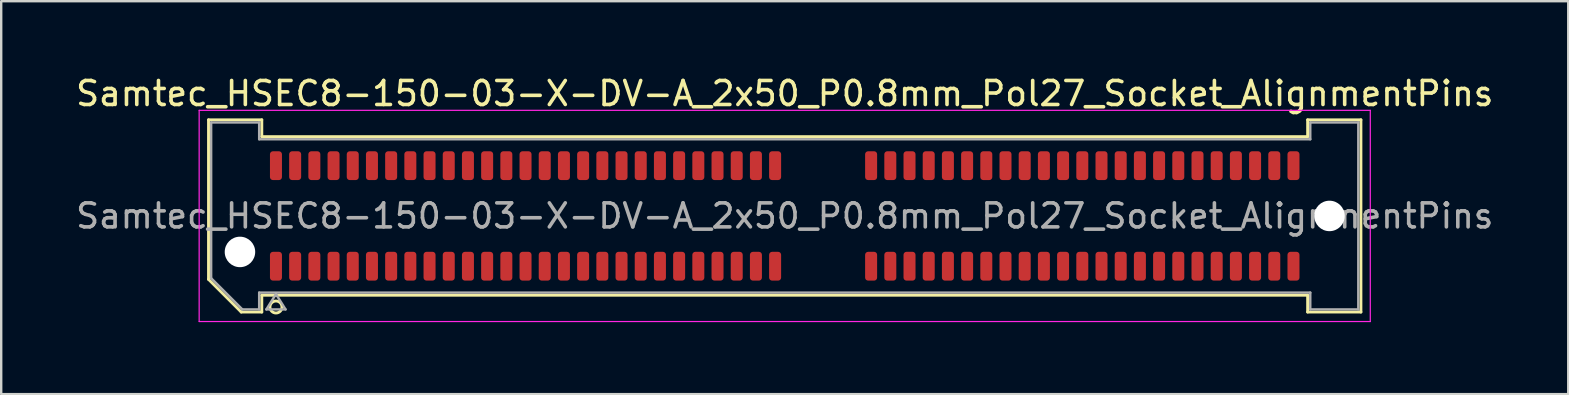
<source format=kicad_pcb>
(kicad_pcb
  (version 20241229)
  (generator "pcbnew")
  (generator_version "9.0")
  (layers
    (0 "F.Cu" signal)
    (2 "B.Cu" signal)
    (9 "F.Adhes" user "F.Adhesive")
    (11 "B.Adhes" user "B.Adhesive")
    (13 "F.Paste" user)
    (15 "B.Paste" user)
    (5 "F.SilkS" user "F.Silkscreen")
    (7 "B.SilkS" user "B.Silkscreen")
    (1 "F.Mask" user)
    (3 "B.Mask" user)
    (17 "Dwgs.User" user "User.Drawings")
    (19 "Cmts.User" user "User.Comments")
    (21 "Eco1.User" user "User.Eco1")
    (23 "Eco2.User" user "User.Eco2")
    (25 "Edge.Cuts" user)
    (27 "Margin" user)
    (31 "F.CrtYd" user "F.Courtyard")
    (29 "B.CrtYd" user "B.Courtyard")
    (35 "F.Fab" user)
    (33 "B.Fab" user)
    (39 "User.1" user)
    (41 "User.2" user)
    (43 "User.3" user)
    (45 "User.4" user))
  (footprint "Samtec_HSEC8-150-03-X-DV-A_2x50_P0.8mm_Pol27_Socket_AlignmentPins"
    (layer "F.Cu")
    (at 29.649 5.948)
    (property "Reference" "Samtec_HSEC8-150-03-X-DV-A_2x50_P0.8mm_Pol27_Socket_AlignmentPins" (at 0 -5.1 0) (layer "F.SilkS") (effects (font (size 1 1) (thickness 0.15))))
    (attr smd)
    (fp_line (start -24.01 -4.005) (end -21.79 -4.005) (stroke (width 0.12) (type solid)) (layer "F.SilkS"))
    (fp_line (start -24.01 2.641) (end -24.01 -4.005) (stroke (width 0.12) (type solid)) (layer "F.SilkS"))
    (fp_line (start -22.646 4.005) (end -24.01 2.641) (stroke (width 0.12) (type solid)) (layer "F.SilkS"))
    (fp_line (start -21.79 -4.005) (end -21.79 -3.305) (stroke (width 0.12) (type solid)) (layer "F.SilkS"))
    (fp_line (start -21.79 -3.305) (end 21.79 -3.305) (stroke (width 0.12) (type solid)) (layer "F.SilkS"))
    (fp_line (start -21.79 3.305) (end -21.79 4.005) (stroke (width 0.12) (type solid)) (layer "F.SilkS"))
    (fp_line (start -21.79 4.005) (end -22.646 4.005) (stroke (width 0.12) (type solid)) (layer "F.SilkS"))
    (fp_line (start 21.79 -4.005) (end 24.01 -4.005) (stroke (width 0.12) (type solid)) (layer "F.SilkS"))
    (fp_line (start 21.79 -3.305) (end 21.79 -4.005) (stroke (width 0.12) (type solid)) (layer "F.SilkS"))
    (fp_line (start 21.79 3.305) (end -21.79 3.305) (stroke (width 0.12) (type solid)) (layer "F.SilkS"))
    (fp_line (start 21.79 4.005) (end 21.79 3.305) (stroke (width 0.12) (type solid)) (layer "F.SilkS"))
    (fp_line (start 24.01 -4.005) (end 24.01 4.005) (stroke (width 0.12) (type solid)) (layer "F.SilkS"))
    (fp_line (start 24.01 4.005) (end 21.79 4.005) (stroke (width 0.12) (type solid)) (layer "F.SilkS"))
    (fp_circle (center -21.2 3.795) (end -20.95 3.795) (stroke (width 0.12) (type solid)) (fill no) (layer "F.SilkS"))
    (fp_line (start -24.4 -4.4) (end -24.4 4.4) (stroke (width 0.05) (type solid)) (layer "F.CrtYd"))
    (fp_line (start -24.4 4.4) (end 24.4 4.4) (stroke (width 0.05) (type solid)) (layer "F.CrtYd"))
    (fp_line (start 24.4 -4.4) (end -24.4 -4.4) (stroke (width 0.05) (type solid)) (layer "F.CrtYd"))
    (fp_line (start 24.4 4.4) (end 24.4 -4.4) (stroke (width 0.05) (type solid)) (layer "F.CrtYd"))
    (fp_line (start -23.9 -3.895) (end -21.9 -3.895) (stroke (width 0.1) (type solid)) (layer "F.Fab"))
    (fp_line (start -23.9 2.595) (end -23.9 -3.895) (stroke (width 0.1) (type solid)) (layer "F.Fab"))
    (fp_line (start -22.6 3.895) (end -23.9 2.595) (stroke (width 0.1) (type solid)) (layer "F.Fab"))
    (fp_line (start -21.9 -3.895) (end -21.9 -3.195) (stroke (width 0.1) (type solid)) (layer "F.Fab"))
    (fp_line (start -21.9 -3.195) (end 21.9 -3.195) (stroke (width 0.1) (type solid)) (layer "F.Fab"))
    (fp_line (start -21.9 3.195) (end -21.9 3.895) (stroke (width 0.1) (type solid)) (layer "F.Fab"))
    (fp_line (start -21.9 3.895) (end -22.6 3.895) (stroke (width 0.1) (type solid)) (layer "F.Fab"))
    (fp_line (start -21.6 3.895) (end -21.2 3.255) (stroke (width 0.1) (type solid)) (layer "F.Fab"))
    (fp_line (start -21.2 3.255) (end -20.8 3.895) (stroke (width 0.1) (type solid)) (layer "F.Fab"))
    (fp_line (start -20.8 3.895) (end -21.6 3.895) (stroke (width 0.1) (type solid)) (layer "F.Fab"))
    (fp_line (start 21.9 -3.895) (end 23.9 -3.895) (stroke (width 0.1) (type solid)) (layer "F.Fab"))
    (fp_line (start 21.9 -3.195) (end 21.9 -3.895) (stroke (width 0.1) (type solid)) (layer "F.Fab"))
    (fp_line (start 21.9 3.195) (end -21.9 3.195) (stroke (width 0.1) (type solid)) (layer "F.Fab"))
    (fp_line (start 21.9 3.895) (end 21.9 3.195) (stroke (width 0.1) (type solid)) (layer "F.Fab"))
    (fp_line (start 23.9 -3.895) (end 23.9 3.895) (stroke (width 0.1) (type solid)) (layer "F.Fab"))
    (fp_line (start 23.9 3.895) (end 21.9 3.895) (stroke (width 0.1) (type solid)) (layer "F.Fab"))
    (fp_text user "${REFERENCE}" (at 0 0 0) (layer "F.Fab") (effects (font (size 1 1) (thickness 0.15))))
    (pad "" np_thru_hole circle (at -22.7 1.5) (size 1.27 1.27) (drill 1.27) (layers "*.Cu" "*.Mask"))
    (pad "" np_thru_hole circle (at 22.7 0) (size 1.27 1.27) (drill 1.27) (layers "*.Cu" "*.Mask"))
    (pad "1" smd roundrect (at -21.2 2.095) (size 0.5 1.2) (layers "F.Cu" "F.Mask" "F.Paste") (roundrect_rratio 0.25))
    (pad "2" smd roundrect (at -21.2 -2.095) (size 0.5 1.2) (layers "F.Cu" "F.Mask" "F.Paste") (roundrect_rratio 0.25))
    (pad "3" smd roundrect (at -20.4 2.095) (size 0.5 1.2) (layers "F.Cu" "F.Mask" "F.Paste") (roundrect_rratio 0.25))
    (pad "4" smd roundrect (at -20.4 -2.095) (size 0.5 1.2) (layers "F.Cu" "F.Mask" "F.Paste") (roundrect_rratio 0.25))
    (pad "5" smd roundrect (at -19.6 2.095) (size 0.5 1.2) (layers "F.Cu" "F.Mask" "F.Paste") (roundrect_rratio 0.25))
    (pad "6" smd roundrect (at -19.6 -2.095) (size 0.5 1.2) (layers "F.Cu" "F.Mask" "F.Paste") (roundrect_rratio 0.25))
    (pad "7" smd roundrect (at -18.8 2.095) (size 0.5 1.2) (layers "F.Cu" "F.Mask" "F.Paste") (roundrect_rratio 0.25))
    (pad "8" smd roundrect (at -18.8 -2.095) (size 0.5 1.2) (layers "F.Cu" "F.Mask" "F.Paste") (roundrect_rratio 0.25))
    (pad "9" smd roundrect (at -18 2.095) (size 0.5 1.2) (layers "F.Cu" "F.Mask" "F.Paste") (roundrect_rratio 0.25))
    (pad "10" smd roundrect (at -18 -2.095) (size 0.5 1.2) (layers "F.Cu" "F.Mask" "F.Paste") (roundrect_rratio 0.25))
    (pad "11" smd roundrect (at -17.2 2.095) (size 0.5 1.2) (layers "F.Cu" "F.Mask" "F.Paste") (roundrect_rratio 0.25))
    (pad "12" smd roundrect (at -17.2 -2.095) (size 0.5 1.2) (layers "F.Cu" "F.Mask" "F.Paste") (roundrect_rratio 0.25))
    (pad "13" smd roundrect (at -16.4 2.095) (size 0.5 1.2) (layers "F.Cu" "F.Mask" "F.Paste") (roundrect_rratio 0.25))
    (pad "14" smd roundrect (at -16.4 -2.095) (size 0.5 1.2) (layers "F.Cu" "F.Mask" "F.Paste") (roundrect_rratio 0.25))
    (pad "15" smd roundrect (at -15.6 2.095) (size 0.5 1.2) (layers "F.Cu" "F.Mask" "F.Paste") (roundrect_rratio 0.25))
    (pad "16" smd roundrect (at -15.6 -2.095) (size 0.5 1.2) (layers "F.Cu" "F.Mask" "F.Paste") (roundrect_rratio 0.25))
    (pad "17" smd roundrect (at -14.8 2.095) (size 0.5 1.2) (layers "F.Cu" "F.Mask" "F.Paste") (roundrect_rratio 0.25))
    (pad "18" smd roundrect (at -14.8 -2.095) (size 0.5 1.2) (layers "F.Cu" "F.Mask" "F.Paste") (roundrect_rratio 0.25))
    (pad "19" smd roundrect (at -14 2.095) (size 0.5 1.2) (layers "F.Cu" "F.Mask" "F.Paste") (roundrect_rratio 0.25))
    (pad "20" smd roundrect (at -14 -2.095) (size 0.5 1.2) (layers "F.Cu" "F.Mask" "F.Paste") (roundrect_rratio 0.25))
    (pad "21" smd roundrect (at -13.2 2.095) (size 0.5 1.2) (layers "F.Cu" "F.Mask" "F.Paste") (roundrect_rratio 0.25))
    (pad "22" smd roundrect (at -13.2 -2.095) (size 0.5 1.2) (layers "F.Cu" "F.Mask" "F.Paste") (roundrect_rratio 0.25))
    (pad "23" smd roundrect (at -12.4 2.095) (size 0.5 1.2) (layers "F.Cu" "F.Mask" "F.Paste") (roundrect_rratio 0.25))
    (pad "24" smd roundrect (at -12.4 -2.095) (size 0.5 1.2) (layers "F.Cu" "F.Mask" "F.Paste") (roundrect_rratio 0.25))
    (pad "25" smd roundrect (at -11.6 2.095) (size 0.5 1.2) (layers "F.Cu" "F.Mask" "F.Paste") (roundrect_rratio 0.25))
    (pad "26" smd roundrect (at -11.6 -2.095) (size 0.5 1.2) (layers "F.Cu" "F.Mask" "F.Paste") (roundrect_rratio 0.25))
    (pad "27" smd roundrect (at -10.8 2.095) (size 0.5 1.2) (layers "F.Cu" "F.Mask" "F.Paste") (roundrect_rratio 0.25))
    (pad "28" smd roundrect (at -10.8 -2.095) (size 0.5 1.2) (layers "F.Cu" "F.Mask" "F.Paste") (roundrect_rratio 0.25))
    (pad "29" smd roundrect (at -10 2.095) (size 0.5 1.2) (layers "F.Cu" "F.Mask" "F.Paste") (roundrect_rratio 0.25))
    (pad "30" smd roundrect (at -10 -2.095) (size 0.5 1.2) (layers "F.Cu" "F.Mask" "F.Paste") (roundrect_rratio 0.25))
    (pad "31" smd roundrect (at -9.2 2.095) (size 0.5 1.2) (layers "F.Cu" "F.Mask" "F.Paste") (roundrect_rratio 0.25))
    (pad "32" smd roundrect (at -9.2 -2.095) (size 0.5 1.2) (layers "F.Cu" "F.Mask" "F.Paste") (roundrect_rratio 0.25))
    (pad "33" smd roundrect (at -8.4 2.095) (size 0.5 1.2) (layers "F.Cu" "F.Mask" "F.Paste") (roundrect_rratio 0.25))
    (pad "34" smd roundrect (at -8.4 -2.095) (size 0.5 1.2) (layers "F.Cu" "F.Mask" "F.Paste") (roundrect_rratio 0.25))
    (pad "35" smd roundrect (at -7.6 2.095) (size 0.5 1.2) (layers "F.Cu" "F.Mask" "F.Paste") (roundrect_rratio 0.25))
    (pad "36" smd roundrect (at -7.6 -2.095) (size 0.5 1.2) (layers "F.Cu" "F.Mask" "F.Paste") (roundrect_rratio 0.25))
    (pad "37" smd roundrect (at -6.8 2.095) (size 0.5 1.2) (layers "F.Cu" "F.Mask" "F.Paste") (roundrect_rratio 0.25))
    (pad "38" smd roundrect (at -6.8 -2.095) (size 0.5 1.2) (layers "F.Cu" "F.Mask" "F.Paste") (roundrect_rratio 0.25))
    (pad "39" smd roundrect (at -6 2.095) (size 0.5 1.2) (layers "F.Cu" "F.Mask" "F.Paste") (roundrect_rratio 0.25))
    (pad "40" smd roundrect (at -6 -2.095) (size 0.5 1.2) (layers "F.Cu" "F.Mask" "F.Paste") (roundrect_rratio 0.25))
    (pad "41" smd roundrect (at -5.2 2.095) (size 0.5 1.2) (layers "F.Cu" "F.Mask" "F.Paste") (roundrect_rratio 0.25))
    (pad "42" smd roundrect (at -5.2 -2.095) (size 0.5 1.2) (layers "F.Cu" "F.Mask" "F.Paste") (roundrect_rratio 0.25))
    (pad "43" smd roundrect (at -4.4 2.095) (size 0.5 1.2) (layers "F.Cu" "F.Mask" "F.Paste") (roundrect_rratio 0.25))
    (pad "44" smd roundrect (at -4.4 -2.095) (size 0.5 1.2) (layers "F.Cu" "F.Mask" "F.Paste") (roundrect_rratio 0.25))
    (pad "45" smd roundrect (at -3.6 2.095) (size 0.5 1.2) (layers "F.Cu" "F.Mask" "F.Paste") (roundrect_rratio 0.25))
    (pad "46" smd roundrect (at -3.6 -2.095) (size 0.5 1.2) (layers "F.Cu" "F.Mask" "F.Paste") (roundrect_rratio 0.25))
    (pad "47" smd roundrect (at -2.8 2.095) (size 0.5 1.2) (layers "F.Cu" "F.Mask" "F.Paste") (roundrect_rratio 0.25))
    (pad "48" smd roundrect (at -2.8 -2.095) (size 0.5 1.2) (layers "F.Cu" "F.Mask" "F.Paste") (roundrect_rratio 0.25))
    (pad "49" smd roundrect (at -2 2.095) (size 0.5 1.2) (layers "F.Cu" "F.Mask" "F.Paste") (roundrect_rratio 0.25))
    (pad "50" smd roundrect (at -2 -2.095) (size 0.5 1.2) (layers "F.Cu" "F.Mask" "F.Paste") (roundrect_rratio 0.25))
    (pad "51" smd roundrect (at -1.2 2.095) (size 0.5 1.2) (layers "F.Cu" "F.Mask" "F.Paste") (roundrect_rratio 0.25))
    (pad "52" smd roundrect (at -1.2 -2.095) (size 0.5 1.2) (layers "F.Cu" "F.Mask" "F.Paste") (roundrect_rratio 0.25))
    (pad "53" smd roundrect (at -0.4 2.095) (size 0.5 1.2) (layers "F.Cu" "F.Mask" "F.Paste") (roundrect_rratio 0.25))
    (pad "54" smd roundrect (at -0.4 -2.095) (size 0.5 1.2) (layers "F.Cu" "F.Mask" "F.Paste") (roundrect_rratio 0.25))
    (pad "55" smd roundrect (at 3.6 2.095) (size 0.5 1.2) (layers "F.Cu" "F.Mask" "F.Paste") (roundrect_rratio 0.25))
    (pad "56" smd roundrect (at 3.6 -2.095) (size 0.5 1.2) (layers "F.Cu" "F.Mask" "F.Paste") (roundrect_rratio 0.25))
    (pad "57" smd roundrect (at 4.4 2.095) (size 0.5 1.2) (layers "F.Cu" "F.Mask" "F.Paste") (roundrect_rratio 0.25))
    (pad "58" smd roundrect (at 4.4 -2.095) (size 0.5 1.2) (layers "F.Cu" "F.Mask" "F.Paste") (roundrect_rratio 0.25))
    (pad "59" smd roundrect (at 5.2 2.095) (size 0.5 1.2) (layers "F.Cu" "F.Mask" "F.Paste") (roundrect_rratio 0.25))
    (pad "60" smd roundrect (at 5.2 -2.095) (size 0.5 1.2) (layers "F.Cu" "F.Mask" "F.Paste") (roundrect_rratio 0.25))
    (pad "61" smd roundrect (at 6 2.095) (size 0.5 1.2) (layers "F.Cu" "F.Mask" "F.Paste") (roundrect_rratio 0.25))
    (pad "62" smd roundrect (at 6 -2.095) (size 0.5 1.2) (layers "F.Cu" "F.Mask" "F.Paste") (roundrect_rratio 0.25))
    (pad "63" smd roundrect (at 6.8 2.095) (size 0.5 1.2) (layers "F.Cu" "F.Mask" "F.Paste") (roundrect_rratio 0.25))
    (pad "64" smd roundrect (at 6.8 -2.095) (size 0.5 1.2) (layers "F.Cu" "F.Mask" "F.Paste") (roundrect_rratio 0.25))
    (pad "65" smd roundrect (at 7.6 2.095) (size 0.5 1.2) (layers "F.Cu" "F.Mask" "F.Paste") (roundrect_rratio 0.25))
    (pad "66" smd roundrect (at 7.6 -2.095) (size 0.5 1.2) (layers "F.Cu" "F.Mask" "F.Paste") (roundrect_rratio 0.25))
    (pad "67" smd roundrect (at 8.4 2.095) (size 0.5 1.2) (layers "F.Cu" "F.Mask" "F.Paste") (roundrect_rratio 0.25))
    (pad "68" smd roundrect (at 8.4 -2.095) (size 0.5 1.2) (layers "F.Cu" "F.Mask" "F.Paste") (roundrect_rratio 0.25))
    (pad "69" smd roundrect (at 9.2 2.095) (size 0.5 1.2) (layers "F.Cu" "F.Mask" "F.Paste") (roundrect_rratio 0.25))
    (pad "70" smd roundrect (at 9.2 -2.095) (size 0.5 1.2) (layers "F.Cu" "F.Mask" "F.Paste") (roundrect_rratio 0.25))
    (pad "71" smd roundrect (at 10 2.095) (size 0.5 1.2) (layers "F.Cu" "F.Mask" "F.Paste") (roundrect_rratio 0.25))
    (pad "72" smd roundrect (at 10 -2.095) (size 0.5 1.2) (layers "F.Cu" "F.Mask" "F.Paste") (roundrect_rratio 0.25))
    (pad "73" smd roundrect (at 10.8 2.095) (size 0.5 1.2) (layers "F.Cu" "F.Mask" "F.Paste") (roundrect_rratio 0.25))
    (pad "74" smd roundrect (at 10.8 -2.095) (size 0.5 1.2) (layers "F.Cu" "F.Mask" "F.Paste") (roundrect_rratio 0.25))
    (pad "75" smd roundrect (at 11.6 2.095) (size 0.5 1.2) (layers "F.Cu" "F.Mask" "F.Paste") (roundrect_rratio 0.25))
    (pad "76" smd roundrect (at 11.6 -2.095) (size 0.5 1.2) (layers "F.Cu" "F.Mask" "F.Paste") (roundrect_rratio 0.25))
    (pad "77" smd roundrect (at 12.4 2.095) (size 0.5 1.2) (layers "F.Cu" "F.Mask" "F.Paste") (roundrect_rratio 0.25))
    (pad "78" smd roundrect (at 12.4 -2.095) (size 0.5 1.2) (layers "F.Cu" "F.Mask" "F.Paste") (roundrect_rratio 0.25))
    (pad "79" smd roundrect (at 13.2 2.095) (size 0.5 1.2) (layers "F.Cu" "F.Mask" "F.Paste") (roundrect_rratio 0.25))
    (pad "80" smd roundrect (at 13.2 -2.095) (size 0.5 1.2) (layers "F.Cu" "F.Mask" "F.Paste") (roundrect_rratio 0.25))
    (pad "81" smd roundrect (at 14 2.095) (size 0.5 1.2) (layers "F.Cu" "F.Mask" "F.Paste") (roundrect_rratio 0.25))
    (pad "82" smd roundrect (at 14 -2.095) (size 0.5 1.2) (layers "F.Cu" "F.Mask" "F.Paste") (roundrect_rratio 0.25))
    (pad "83" smd roundrect (at 14.8 2.095) (size 0.5 1.2) (layers "F.Cu" "F.Mask" "F.Paste") (roundrect_rratio 0.25))
    (pad "84" smd roundrect (at 14.8 -2.095) (size 0.5 1.2) (layers "F.Cu" "F.Mask" "F.Paste") (roundrect_rratio 0.25))
    (pad "85" smd roundrect (at 15.6 2.095) (size 0.5 1.2) (layers "F.Cu" "F.Mask" "F.Paste") (roundrect_rratio 0.25))
    (pad "86" smd roundrect (at 15.6 -2.095) (size 0.5 1.2) (layers "F.Cu" "F.Mask" "F.Paste") (roundrect_rratio 0.25))
    (pad "87" smd roundrect (at 16.4 2.095) (size 0.5 1.2) (layers "F.Cu" "F.Mask" "F.Paste") (roundrect_rratio 0.25))
    (pad "88" smd roundrect (at 16.4 -2.095) (size 0.5 1.2) (layers "F.Cu" "F.Mask" "F.Paste") (roundrect_rratio 0.25))
    (pad "89" smd roundrect (at 17.2 2.095) (size 0.5 1.2) (layers "F.Cu" "F.Mask" "F.Paste") (roundrect_rratio 0.25))
    (pad "90" smd roundrect (at 17.2 -2.095) (size 0.5 1.2) (layers "F.Cu" "F.Mask" "F.Paste") (roundrect_rratio 0.25))
    (pad "91" smd roundrect (at 18 2.095) (size 0.5 1.2) (layers "F.Cu" "F.Mask" "F.Paste") (roundrect_rratio 0.25))
    (pad "92" smd roundrect (at 18 -2.095) (size 0.5 1.2) (layers "F.Cu" "F.Mask" "F.Paste") (roundrect_rratio 0.25))
    (pad "93" smd roundrect (at 18.8 2.095) (size 0.5 1.2) (layers "F.Cu" "F.Mask" "F.Paste") (roundrect_rratio 0.25))
    (pad "94" smd roundrect (at 18.8 -2.095) (size 0.5 1.2) (layers "F.Cu" "F.Mask" "F.Paste") (roundrect_rratio 0.25))
    (pad "95" smd roundrect (at 19.6 2.095) (size 0.5 1.2) (layers "F.Cu" "F.Mask" "F.Paste") (roundrect_rratio 0.25))
    (pad "96" smd roundrect (at 19.6 -2.095) (size 0.5 1.2) (layers "F.Cu" "F.Mask" "F.Paste") (roundrect_rratio 0.25))
    (pad "97" smd roundrect (at 20.4 2.095) (size 0.5 1.2) (layers "F.Cu" "F.Mask" "F.Paste") (roundrect_rratio 0.25))
    (pad "98" smd roundrect (at 20.4 -2.095) (size 0.5 1.2) (layers "F.Cu" "F.Mask" "F.Paste") (roundrect_rratio 0.25))
    (pad "99" smd roundrect (at 21.2 2.095) (size 0.5 1.2) (layers "F.Cu" "F.Mask" "F.Paste") (roundrect_rratio 0.25))
    (pad "100" smd roundrect (at 21.2 -2.095) (size 0.5 1.2) (layers "F.Cu" "F.Mask" "F.Paste") (roundrect_rratio 0.25)))
  (gr_rect
    (start -3 -3)
    (end 62.298 13.373)
    (stroke (width 0.1) (type default))
    (fill no)
    (layer "Edge.Cuts")))
</source>
